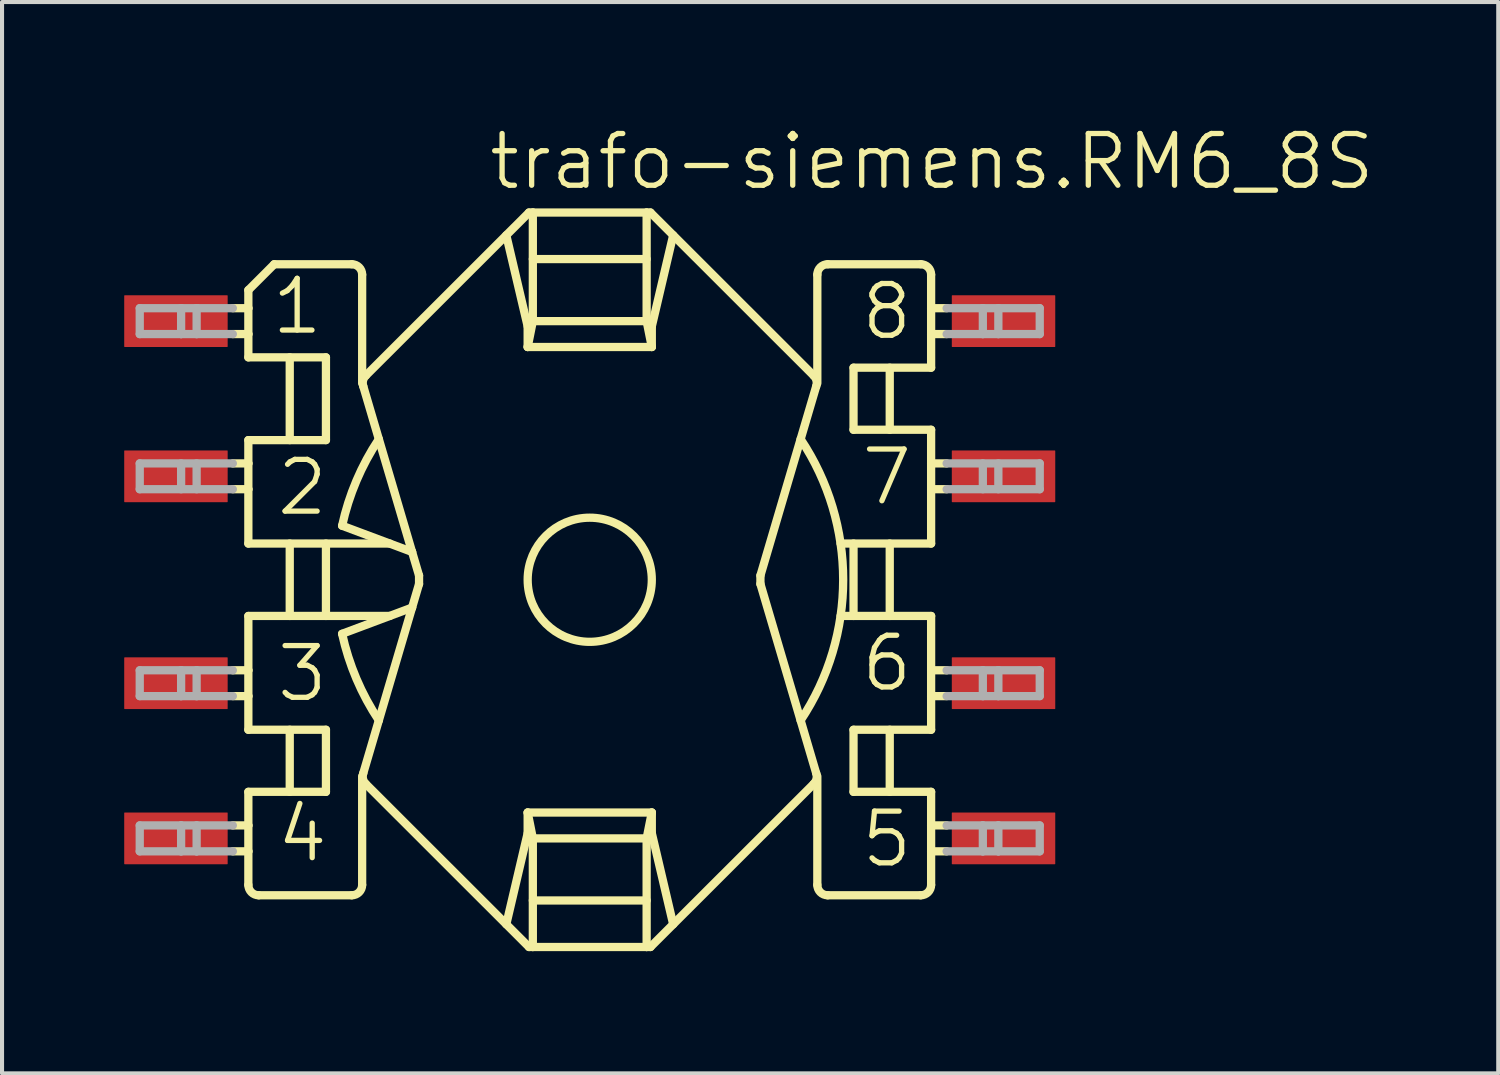
<source format=kicad_pcb>
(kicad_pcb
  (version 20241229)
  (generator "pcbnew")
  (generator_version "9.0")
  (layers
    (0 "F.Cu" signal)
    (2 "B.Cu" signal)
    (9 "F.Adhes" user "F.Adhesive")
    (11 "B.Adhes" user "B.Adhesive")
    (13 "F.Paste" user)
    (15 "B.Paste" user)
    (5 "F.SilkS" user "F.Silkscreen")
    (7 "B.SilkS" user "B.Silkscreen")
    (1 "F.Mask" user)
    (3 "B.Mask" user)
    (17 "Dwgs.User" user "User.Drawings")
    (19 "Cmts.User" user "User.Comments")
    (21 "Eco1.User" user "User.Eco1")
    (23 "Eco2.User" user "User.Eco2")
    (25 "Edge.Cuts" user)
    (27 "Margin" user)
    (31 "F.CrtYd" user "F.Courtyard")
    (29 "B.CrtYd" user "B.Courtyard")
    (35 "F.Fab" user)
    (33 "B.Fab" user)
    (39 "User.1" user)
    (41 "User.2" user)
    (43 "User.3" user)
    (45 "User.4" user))
  (footprint "trafo-siemens.RM6_8S"
    (layer "F.Cu")
    (at 11.43 11.185)
    (property "Reference" "trafo-siemens.RM6_8S" (at -2.54 -9.525 0) (layer "F.SilkS") (effects (font (size 1.27 1.27) (thickness 0.13)) (justify left bottom)))
    (attr smd)
    (fp_line (start -8.763 -6.668) (end -8.382 -6.668) (stroke (width 0.203) (type default)) (layer "F.SilkS"))
    (fp_line (start -8.763 -6.032) (end -8.382 -6.032) (stroke (width 0.203) (type default)) (layer "F.SilkS"))
    (fp_line (start -8.763 -2.223) (end -8.382 -2.223) (stroke (width 0.203) (type default)) (layer "F.SilkS"))
    (fp_line (start -8.763 2.223) (end -8.382 2.223) (stroke (width 0.203) (type default)) (layer "F.SilkS"))
    (fp_line (start -8.763 2.857) (end -8.382 2.857) (stroke (width 0.203) (type default)) (layer "F.SilkS"))
    (fp_line (start -8.763 6.032) (end -8.382 6.032) (stroke (width 0.203) (type default)) (layer "F.SilkS"))
    (fp_line (start -8.382 -7.112) (end -7.747 -7.747) (stroke (width 0.203) (type default)) (layer "F.SilkS"))
    (fp_line (start -8.382 -6.668) (end -8.382 -7.112) (stroke (width 0.203) (type default)) (layer "F.SilkS"))
    (fp_line (start -8.382 -6.032) (end -8.382 -6.668) (stroke (width 0.203) (type default)) (layer "F.SilkS"))
    (fp_line (start -8.382 -5.461) (end -8.382 -6.032) (stroke (width 0.203) (type default)) (layer "F.SilkS"))
    (fp_line (start -8.382 -5.461) (end -6.477 -5.461) (stroke (width 0.203) (type default)) (layer "F.SilkS"))
    (fp_line (start -8.382 -2.857) (end -8.763 -2.857) (stroke (width 0.203) (type default)) (layer "F.SilkS"))
    (fp_line (start -8.382 -2.857) (end -8.382 -3.429) (stroke (width 0.203) (type default)) (layer "F.SilkS"))
    (fp_line (start -8.382 -2.223) (end -8.382 -2.857) (stroke (width 0.203) (type default)) (layer "F.SilkS"))
    (fp_line (start -8.382 -0.889) (end -8.382 -2.223) (stroke (width 0.203) (type default)) (layer "F.SilkS"))
    (fp_line (start -8.382 -0.889) (end -4.911 -0.889) (stroke (width 0.203) (type default)) (layer "F.SilkS"))
    (fp_line (start -8.382 0.889) (end -4.911 0.889) (stroke (width 0.203) (type default)) (layer "F.SilkS"))
    (fp_line (start -8.382 2.223) (end -8.382 0.889) (stroke (width 0.203) (type default)) (layer "F.SilkS"))
    (fp_line (start -8.382 2.857) (end -8.382 2.223) (stroke (width 0.203) (type default)) (layer "F.SilkS"))
    (fp_line (start -8.382 3.683) (end -8.382 2.857) (stroke (width 0.203) (type default)) (layer "F.SilkS"))
    (fp_line (start -8.382 3.683) (end -6.477 3.683) (stroke (width 0.203) (type default)) (layer "F.SilkS"))
    (fp_line (start -8.382 6.032) (end -8.382 5.207) (stroke (width 0.203) (type default)) (layer "F.SilkS"))
    (fp_line (start -8.382 6.668) (end -8.763 6.668) (stroke (width 0.203) (type default)) (layer "F.SilkS"))
    (fp_line (start -8.382 6.668) (end -8.382 6.032) (stroke (width 0.203) (type default)) (layer "F.SilkS"))
    (fp_line (start -8.382 7.493) (end -8.382 6.668) (stroke (width 0.203) (type default)) (layer "F.SilkS"))
    (fp_line (start -8.128 7.747) (end -5.842 7.747) (stroke (width 0.203) (type default)) (layer "F.SilkS"))
    (fp_line (start -7.747 -7.747) (end -5.842 -7.747) (stroke (width 0.203) (type default)) (layer "F.SilkS"))
    (fp_line (start -7.366 -5.461) (end -7.366 -3.429) (stroke (width 0.203) (type default)) (layer "F.SilkS"))
    (fp_line (start -7.366 -0.889) (end -7.366 0.889) (stroke (width 0.203) (type default)) (layer "F.SilkS"))
    (fp_line (start -7.366 3.683) (end -7.366 5.207) (stroke (width 0.203) (type default)) (layer "F.SilkS"))
    (fp_line (start -6.477 -5.461) (end -6.477 -3.429) (stroke (width 0.203) (type default)) (layer "F.SilkS"))
    (fp_line (start -6.477 -3.429) (end -8.382 -3.429) (stroke (width 0.203) (type default)) (layer "F.SilkS"))
    (fp_line (start -6.477 -0.889) (end -6.477 0.889) (stroke (width 0.203) (type default)) (layer "F.SilkS"))
    (fp_line (start -6.477 3.683) (end -6.477 5.207) (stroke (width 0.203) (type default)) (layer "F.SilkS"))
    (fp_line (start -6.477 5.207) (end -8.382 5.207) (stroke (width 0.203) (type default)) (layer "F.SilkS"))
    (fp_line (start -6.08 -1.327) (end -4.362 -0.683) (stroke (width 0.203) (type default)) (layer "F.SilkS"))
    (fp_line (start -6.08 1.327) (end -4.362 0.683) (stroke (width 0.203) (type default)) (layer "F.SilkS"))
    (fp_line (start -5.588 -7.493) (end -5.588 -4.826) (stroke (width 0.203) (type default)) (layer "F.SilkS"))
    (fp_line (start -5.588 4.826) (end -5.588 7.493) (stroke (width 0.203) (type default)) (layer "F.SilkS"))
    (fp_line (start -5.561 -4.752) (end -4.362 -0.683) (stroke (width 0.203) (type default)) (layer "F.SilkS"))
    (fp_line (start -5.561 4.752) (end -4.362 0.683) (stroke (width 0.203) (type default)) (layer "F.SilkS"))
    (fp_line (start -5.499 -5.012) (end -1.491 -9.017) (stroke (width 0.203) (type default)) (layer "F.SilkS"))
    (fp_line (start -4.362 -0.683) (end -4.191 -0.104) (stroke (width 0.203) (type default)) (layer "F.SilkS"))
    (fp_line (start -4.362 0.683) (end -4.191 0.104) (stroke (width 0.203) (type default)) (layer "F.SilkS"))
    (fp_line (start -4.191 0.104) (end -4.191 -0.104) (stroke (width 0.203) (type default)) (layer "F.SilkS"))
    (fp_line (start -2.049 -8.459) (end -1.524 -6.223) (stroke (width 0.203) (type default)) (layer "F.SilkS"))
    (fp_line (start -2.049 8.459) (end -1.524 6.223) (stroke (width 0.203) (type default)) (layer "F.SilkS"))
    (fp_line (start -1.524 -5.715) (end -1.524 -6.223) (stroke (width 0.203) (type default)) (layer "F.SilkS"))
    (fp_line (start -1.524 5.715) (end -1.524 6.223) (stroke (width 0.203) (type default)) (layer "F.SilkS"))
    (fp_line (start -1.491 -9.017) (end -1.397 -9.017) (stroke (width 0.203) (type default)) (layer "F.SilkS"))
    (fp_line (start -1.491 9.017) (end -5.499 5.012) (stroke (width 0.203) (type default)) (layer "F.SilkS"))
    (fp_line (start -1.491 9.017) (end -1.397 9.017) (stroke (width 0.203) (type default)) (layer "F.SilkS"))
    (fp_line (start -1.397 -9.017) (end 1.397 -9.017) (stroke (width 0.203) (type default)) (layer "F.SilkS"))
    (fp_line (start -1.397 -6.35) (end -1.524 -5.715) (stroke (width 0.203) (type default)) (layer "F.SilkS"))
    (fp_line (start -1.397 -6.35) (end -1.397 -9.017) (stroke (width 0.203) (type default)) (layer "F.SilkS"))
    (fp_line (start -1.397 -6.35) (end 1.397 -6.35) (stroke (width 0.203) (type default)) (layer "F.SilkS"))
    (fp_line (start -1.397 6.35) (end -1.524 5.715) (stroke (width 0.203) (type default)) (layer "F.SilkS"))
    (fp_line (start -1.397 6.35) (end -1.397 9.017) (stroke (width 0.203) (type default)) (layer "F.SilkS"))
    (fp_line (start -1.397 6.35) (end 1.397 6.35) (stroke (width 0.203) (type default)) (layer "F.SilkS"))
    (fp_line (start -1.397 9.017) (end 1.397 9.017) (stroke (width 0.203) (type default)) (layer "F.SilkS"))
    (fp_line (start 1.397 -9.017) (end 1.491 -9.017) (stroke (width 0.203) (type default)) (layer "F.SilkS"))
    (fp_line (start 1.397 -7.874) (end -1.397 -7.874) (stroke (width 0.203) (type default)) (layer "F.SilkS"))
    (fp_line (start 1.397 -6.35) (end 1.397 -9.017) (stroke (width 0.203) (type default)) (layer "F.SilkS"))
    (fp_line (start 1.397 -6.35) (end 1.524 -5.715) (stroke (width 0.203) (type default)) (layer "F.SilkS"))
    (fp_line (start 1.397 6.35) (end 1.397 9.017) (stroke (width 0.203) (type default)) (layer "F.SilkS"))
    (fp_line (start 1.397 6.35) (end 1.524 5.715) (stroke (width 0.203) (type default)) (layer "F.SilkS"))
    (fp_line (start 1.397 7.874) (end -1.397 7.874) (stroke (width 0.203) (type default)) (layer "F.SilkS"))
    (fp_line (start 1.397 9.017) (end 1.491 9.017) (stroke (width 0.203) (type default)) (layer "F.SilkS"))
    (fp_line (start 1.491 9.017) (end 5.499 5.012) (stroke (width 0.203) (type default)) (layer "F.SilkS"))
    (fp_line (start 1.524 -5.715) (end -1.524 -5.715) (stroke (width 0.203) (type default)) (layer "F.SilkS"))
    (fp_line (start 1.524 -5.715) (end 1.524 -6.223) (stroke (width 0.203) (type default)) (layer "F.SilkS"))
    (fp_line (start 1.524 5.715) (end -1.524 5.715) (stroke (width 0.203) (type default)) (layer "F.SilkS"))
    (fp_line (start 1.524 5.715) (end 1.524 6.223) (stroke (width 0.203) (type default)) (layer "F.SilkS"))
    (fp_line (start 2.049 -8.459) (end 1.524 -6.223) (stroke (width 0.203) (type default)) (layer "F.SilkS"))
    (fp_line (start 2.049 8.459) (end 1.524 6.223) (stroke (width 0.203) (type default)) (layer "F.SilkS"))
    (fp_line (start 4.191 -0.104) (end 5.561 -4.752) (stroke (width 0.203) (type default)) (layer "F.SilkS"))
    (fp_line (start 4.191 0.104) (end 4.191 -0.104) (stroke (width 0.203) (type default)) (layer "F.SilkS"))
    (fp_line (start 5.499 -5.012) (end 1.491 -9.017) (stroke (width 0.203) (type default)) (layer "F.SilkS"))
    (fp_line (start 5.561 4.752) (end 4.191 0.104) (stroke (width 0.203) (type default)) (layer "F.SilkS"))
    (fp_line (start 5.588 -7.493) (end 5.588 -4.826) (stroke (width 0.203) (type default)) (layer "F.SilkS"))
    (fp_line (start 5.588 4.826) (end 5.588 7.493) (stroke (width 0.203) (type default)) (layer "F.SilkS"))
    (fp_line (start 5.842 -7.747) (end 8.128 -7.747) (stroke (width 0.203) (type default)) (layer "F.SilkS"))
    (fp_line (start 5.842 7.747) (end 8.128 7.747) (stroke (width 0.203) (type default)) (layer "F.SilkS"))
    (fp_line (start 6.159 -0.889) (end 8.382 -0.889) (stroke (width 0.203) (type default)) (layer "F.SilkS"))
    (fp_line (start 6.159 0.889) (end 8.382 0.889) (stroke (width 0.203) (type default)) (layer "F.SilkS"))
    (fp_line (start 6.477 -5.207) (end 6.477 -3.683) (stroke (width 0.203) (type default)) (layer "F.SilkS"))
    (fp_line (start 6.477 -3.683) (end 8.382 -3.683) (stroke (width 0.203) (type default)) (layer "F.SilkS"))
    (fp_line (start 6.477 -0.889) (end 6.477 0.889) (stroke (width 0.203) (type default)) (layer "F.SilkS"))
    (fp_line (start 6.477 3.683) (end 6.477 5.207) (stroke (width 0.203) (type default)) (layer "F.SilkS"))
    (fp_line (start 6.477 5.207) (end 8.382 5.207) (stroke (width 0.203) (type default)) (layer "F.SilkS"))
    (fp_line (start 7.366 -5.207) (end 7.366 -3.683) (stroke (width 0.203) (type default)) (layer "F.SilkS"))
    (fp_line (start 7.366 -0.889) (end 7.366 0.889) (stroke (width 0.203) (type default)) (layer "F.SilkS"))
    (fp_line (start 7.366 3.683) (end 7.366 5.207) (stroke (width 0.203) (type default)) (layer "F.SilkS"))
    (fp_line (start 8.382 -7.493) (end 8.382 -6.668) (stroke (width 0.203) (type default)) (layer "F.SilkS"))
    (fp_line (start 8.382 -6.668) (end 8.382 -6.032) (stroke (width 0.203) (type default)) (layer "F.SilkS"))
    (fp_line (start 8.382 -6.668) (end 8.763 -6.668) (stroke (width 0.203) (type default)) (layer "F.SilkS"))
    (fp_line (start 8.382 -6.032) (end 8.382 -5.207) (stroke (width 0.203) (type default)) (layer "F.SilkS"))
    (fp_line (start 8.382 -5.207) (end 6.477 -5.207) (stroke (width 0.203) (type default)) (layer "F.SilkS"))
    (fp_line (start 8.382 -3.683) (end 8.382 -2.857) (stroke (width 0.203) (type default)) (layer "F.SilkS"))
    (fp_line (start 8.382 -2.857) (end 8.382 -2.223) (stroke (width 0.203) (type default)) (layer "F.SilkS"))
    (fp_line (start 8.382 -2.857) (end 8.763 -2.857) (stroke (width 0.203) (type default)) (layer "F.SilkS"))
    (fp_line (start 8.382 -2.223) (end 8.382 -0.889) (stroke (width 0.203) (type default)) (layer "F.SilkS"))
    (fp_line (start 8.382 0.889) (end 8.382 2.223) (stroke (width 0.203) (type default)) (layer "F.SilkS"))
    (fp_line (start 8.382 2.223) (end 8.382 2.857) (stroke (width 0.203) (type default)) (layer "F.SilkS"))
    (fp_line (start 8.382 2.857) (end 8.382 3.683) (stroke (width 0.203) (type default)) (layer "F.SilkS"))
    (fp_line (start 8.382 2.857) (end 8.763 2.857) (stroke (width 0.203) (type default)) (layer "F.SilkS"))
    (fp_line (start 8.382 3.683) (end 6.477 3.683) (stroke (width 0.203) (type default)) (layer "F.SilkS"))
    (fp_line (start 8.382 5.207) (end 8.382 6.032) (stroke (width 0.203) (type default)) (layer "F.SilkS"))
    (fp_line (start 8.382 6.032) (end 8.382 6.668) (stroke (width 0.203) (type default)) (layer "F.SilkS"))
    (fp_line (start 8.382 6.668) (end 8.382 7.493) (stroke (width 0.203) (type default)) (layer "F.SilkS"))
    (fp_line (start 8.382 6.668) (end 8.763 6.668) (stroke (width 0.203) (type default)) (layer "F.SilkS"))
    (fp_line (start 8.763 -6.032) (end 8.382 -6.032) (stroke (width 0.203) (type default)) (layer "F.SilkS"))
    (fp_line (start 8.763 -2.223) (end 8.382 -2.223) (stroke (width 0.203) (type default)) (layer "F.SilkS"))
    (fp_line (start 8.763 2.223) (end 8.382 2.223) (stroke (width 0.203) (type default)) (layer "F.SilkS"))
    (fp_line (start 8.763 6.032) (end 8.382 6.032) (stroke (width 0.203) (type default)) (layer "F.SilkS"))
    (fp_arc (start -8.128 7.747) (mid -8.307605 7.672605) (end -8.382 7.493) (stroke (width 0.2032) (type default)) (layer "F.SilkS"))
    (fp_arc (start -6.0798 -1.3274) (mid -5.728165 -2.431885) (end -5.1778 -3.452) (stroke (width 0.2032) (type default)) (layer "F.SilkS"))
    (fp_arc (start -5.842 -7.747) (mid -5.662395 -7.672605) (end -5.588 -7.493) (stroke (width 0.2032) (type default)) (layer "F.SilkS"))
    (fp_arc (start -5.588 7.493) (mid -5.662395 7.672605) (end -5.842 7.747) (stroke (width 0.2032) (type default)) (layer "F.SilkS"))
    (fp_arc (start -5.561 -4.7524) (mid -5.566922 -4.890846) (end -5.4993 -5.0118) (stroke (width 0.2032) (type default)) (layer "F.SilkS"))
    (fp_arc (start -5.4993 5.0118) (mid -5.566922 4.890846) (end -5.561 4.7524) (stroke (width 0.2032) (type default)) (layer "F.SilkS"))
    (fp_arc (start -5.1778 3.452) (mid -5.728165 2.431885) (end -6.0798 1.3274) (stroke (width 0.2032) (type default)) (layer "F.SilkS"))
    (fp_arc (start 5.1778 -3.452) (mid 6.223015 0) (end 5.1778 3.452) (stroke (width 0.2032) (type default)) (layer "F.SilkS"))
    (fp_arc (start 5.4994 -5.0119) (mid 5.567076 -4.890908) (end 5.5612 -4.7524) (stroke (width 0.2032) (type default)) (layer "F.SilkS"))
    (fp_arc (start 5.5611 4.7524) (mid 5.567033 4.890896) (end 5.4994 5.0119) (stroke (width 0.2032) (type default)) (layer "F.SilkS"))
    (fp_arc (start 5.588 -7.493) (mid 5.662395 -7.672605) (end 5.842 -7.747) (stroke (width 0.2032) (type default)) (layer "F.SilkS"))
    (fp_arc (start 5.842 7.747) (mid 5.662395 7.672605) (end 5.588 7.493) (stroke (width 0.2032) (type default)) (layer "F.SilkS"))
    (fp_arc (start 8.128 -7.747) (mid 8.307605 -7.672605) (end 8.382 -7.493) (stroke (width 0.2032) (type default)) (layer "F.SilkS"))
    (fp_arc (start 8.382 7.493) (mid 8.307605 7.672605) (end 8.128 7.747) (stroke (width 0.2032) (type default)) (layer "F.SilkS"))
    (fp_circle (center 0 0) (end 1.524 0) (stroke (width 0.203) (type default)) (fill no) (layer "F.SilkS"))
    (fp_line (start -11.049 -6.668) (end -11.049 -6.032) (stroke (width 0.203) (type default)) (layer "F.Fab"))
    (fp_line (start -11.049 -6.668) (end -10.033 -6.668) (stroke (width 0.203) (type default)) (layer "F.Fab"))
    (fp_line (start -11.049 -6.032) (end -10.033 -6.032) (stroke (width 0.203) (type default)) (layer "F.Fab"))
    (fp_line (start -11.049 -2.857) (end -11.049 -2.223) (stroke (width 0.203) (type default)) (layer "F.Fab"))
    (fp_line (start -11.049 -2.223) (end -8.763 -2.223) (stroke (width 0.203) (type default)) (layer "F.Fab"))
    (fp_line (start -11.049 2.223) (end -10.033 2.223) (stroke (width 0.203) (type default)) (layer "F.Fab"))
    (fp_line (start -11.049 2.857) (end -11.049 2.223) (stroke (width 0.203) (type default)) (layer "F.Fab"))
    (fp_line (start -11.049 2.857) (end -10.033 2.857) (stroke (width 0.203) (type default)) (layer "F.Fab"))
    (fp_line (start -11.049 6.032) (end -10.033 6.032) (stroke (width 0.203) (type default)) (layer "F.Fab"))
    (fp_line (start -11.049 6.668) (end -11.049 6.032) (stroke (width 0.203) (type default)) (layer "F.Fab"))
    (fp_line (start -10.033 -6.668) (end -9.652 -6.668) (stroke (width 0.203) (type default)) (layer "F.Fab"))
    (fp_line (start -10.033 -6.032) (end -10.033 -6.668) (stroke (width 0.203) (type default)) (layer "F.Fab"))
    (fp_line (start -10.033 -6.032) (end -9.652 -6.032) (stroke (width 0.203) (type default)) (layer "F.Fab"))
    (fp_line (start -10.033 -2.223) (end -10.033 -2.857) (stroke (width 0.203) (type default)) (layer "F.Fab"))
    (fp_line (start -10.033 2.223) (end -10.033 2.857) (stroke (width 0.203) (type default)) (layer "F.Fab"))
    (fp_line (start -10.033 2.223) (end -9.652 2.223) (stroke (width 0.203) (type default)) (layer "F.Fab"))
    (fp_line (start -10.033 2.857) (end -9.652 2.857) (stroke (width 0.203) (type default)) (layer "F.Fab"))
    (fp_line (start -10.033 6.032) (end -9.652 6.032) (stroke (width 0.203) (type default)) (layer "F.Fab"))
    (fp_line (start -10.033 6.668) (end -11.049 6.668) (stroke (width 0.203) (type default)) (layer "F.Fab"))
    (fp_line (start -10.033 6.668) (end -10.033 6.032) (stroke (width 0.203) (type default)) (layer "F.Fab"))
    (fp_line (start -9.652 -6.668) (end -8.763 -6.668) (stroke (width 0.203) (type default)) (layer "F.Fab"))
    (fp_line (start -9.652 -6.032) (end -9.652 -6.668) (stroke (width 0.203) (type default)) (layer "F.Fab"))
    (fp_line (start -9.652 -6.032) (end -8.763 -6.032) (stroke (width 0.203) (type default)) (layer "F.Fab"))
    (fp_line (start -9.652 -2.223) (end -9.652 -2.857) (stroke (width 0.203) (type default)) (layer "F.Fab"))
    (fp_line (start -9.652 2.223) (end -8.763 2.223) (stroke (width 0.203) (type default)) (layer "F.Fab"))
    (fp_line (start -9.652 2.857) (end -9.652 2.223) (stroke (width 0.203) (type default)) (layer "F.Fab"))
    (fp_line (start -9.652 2.857) (end -8.763 2.857) (stroke (width 0.203) (type default)) (layer "F.Fab"))
    (fp_line (start -9.652 6.032) (end -8.763 6.032) (stroke (width 0.203) (type default)) (layer "F.Fab"))
    (fp_line (start -9.652 6.668) (end -10.033 6.668) (stroke (width 0.203) (type default)) (layer "F.Fab"))
    (fp_line (start -9.652 6.668) (end -9.652 6.032) (stroke (width 0.203) (type default)) (layer "F.Fab"))
    (fp_line (start -8.763 -2.857) (end -11.049 -2.857) (stroke (width 0.203) (type default)) (layer "F.Fab"))
    (fp_line (start -8.763 6.668) (end -9.652 6.668) (stroke (width 0.203) (type default)) (layer "F.Fab"))
    (fp_line (start 8.763 -6.668) (end 9.652 -6.668) (stroke (width 0.203) (type default)) (layer "F.Fab"))
    (fp_line (start 8.763 -2.857) (end 11.049 -2.857) (stroke (width 0.203) (type default)) (layer "F.Fab"))
    (fp_line (start 8.763 2.857) (end 9.652 2.857) (stroke (width 0.203) (type default)) (layer "F.Fab"))
    (fp_line (start 8.763 6.668) (end 9.652 6.668) (stroke (width 0.203) (type default)) (layer "F.Fab"))
    (fp_line (start 9.652 -6.668) (end 10.033 -6.668) (stroke (width 0.203) (type default)) (layer "F.Fab"))
    (fp_line (start 9.652 -6.032) (end 8.763 -6.032) (stroke (width 0.203) (type default)) (layer "F.Fab"))
    (fp_line (start 9.652 -6.032) (end 9.652 -6.668) (stroke (width 0.203) (type default)) (layer "F.Fab"))
    (fp_line (start 9.652 -2.223) (end 9.652 -2.857) (stroke (width 0.203) (type default)) (layer "F.Fab"))
    (fp_line (start 9.652 2.223) (end 8.763 2.223) (stroke (width 0.203) (type default)) (layer "F.Fab"))
    (fp_line (start 9.652 2.857) (end 9.652 2.223) (stroke (width 0.203) (type default)) (layer "F.Fab"))
    (fp_line (start 9.652 2.857) (end 10.033 2.857) (stroke (width 0.203) (type default)) (layer "F.Fab"))
    (fp_line (start 9.652 6.032) (end 8.763 6.032) (stroke (width 0.203) (type default)) (layer "F.Fab"))
    (fp_line (start 9.652 6.668) (end 9.652 6.032) (stroke (width 0.203) (type default)) (layer "F.Fab"))
    (fp_line (start 9.652 6.668) (end 10.033 6.668) (stroke (width 0.203) (type default)) (layer "F.Fab"))
    (fp_line (start 10.033 -6.668) (end 11.049 -6.668) (stroke (width 0.203) (type default)) (layer "F.Fab"))
    (fp_line (start 10.033 -6.032) (end 9.652 -6.032) (stroke (width 0.203) (type default)) (layer "F.Fab"))
    (fp_line (start 10.033 -6.032) (end 10.033 -6.668) (stroke (width 0.203) (type default)) (layer "F.Fab"))
    (fp_line (start 10.033 -2.223) (end 10.033 -2.857) (stroke (width 0.203) (type default)) (layer "F.Fab"))
    (fp_line (start 10.033 2.223) (end 9.652 2.223) (stroke (width 0.203) (type default)) (layer "F.Fab"))
    (fp_line (start 10.033 2.223) (end 10.033 2.857) (stroke (width 0.203) (type default)) (layer "F.Fab"))
    (fp_line (start 10.033 2.857) (end 11.049 2.857) (stroke (width 0.203) (type default)) (layer "F.Fab"))
    (fp_line (start 10.033 6.032) (end 9.652 6.032) (stroke (width 0.203) (type default)) (layer "F.Fab"))
    (fp_line (start 10.033 6.668) (end 10.033 6.032) (stroke (width 0.203) (type default)) (layer "F.Fab"))
    (fp_line (start 10.033 6.668) (end 11.049 6.668) (stroke (width 0.203) (type default)) (layer "F.Fab"))
    (fp_line (start 11.049 -6.668) (end 11.049 -6.032) (stroke (width 0.203) (type default)) (layer "F.Fab"))
    (fp_line (start 11.049 -6.032) (end 10.033 -6.032) (stroke (width 0.203) (type default)) (layer "F.Fab"))
    (fp_line (start 11.049 -2.857) (end 11.049 -2.223) (stroke (width 0.203) (type default)) (layer "F.Fab"))
    (fp_line (start 11.049 -2.223) (end 8.763 -2.223) (stroke (width 0.203) (type default)) (layer "F.Fab"))
    (fp_line (start 11.049 2.223) (end 10.033 2.223) (stroke (width 0.203) (type default)) (layer "F.Fab"))
    (fp_line (start 11.049 2.857) (end 11.049 2.223) (stroke (width 0.203) (type default)) (layer "F.Fab"))
    (fp_line (start 11.049 6.032) (end 10.033 6.032) (stroke (width 0.203) (type default)) (layer "F.Fab"))
    (fp_line (start 11.049 6.668) (end 11.049 6.032) (stroke (width 0.203) (type default)) (layer "F.Fab"))
    (fp_text user "2" (at -7.747 -1.524 0) (layer "F.SilkS") (effects (font (size 1.27 1.27) (thickness 0.13)) (justify left bottom)))
    (fp_text user "7" (at 6.604 -1.778 0) (layer "F.SilkS") (effects (font (size 1.27 1.27) (thickness 0.13)) (justify left bottom)))
    (fp_text user "8" (at 6.604 -5.842 0) (layer "F.SilkS") (effects (font (size 1.27 1.27) (thickness 0.13)) (justify left bottom)))
    (fp_text user "3" (at -7.747 3.048 0) (layer "F.SilkS") (effects (font (size 1.27 1.27) (thickness 0.13)) (justify left bottom)))
    (fp_text user "4" (at -7.747 6.985 0) (layer "F.SilkS") (effects (font (size 1.27 1.27) (thickness 0.13)) (justify left bottom)))
    (fp_text user "5" (at 6.604 7.112 0) (layer "F.SilkS") (effects (font (size 1.27 1.27) (thickness 0.13)) (justify left bottom)))
    (fp_text user "6" (at 6.604 2.794 0) (layer "F.SilkS") (effects (font (size 1.27 1.27) (thickness 0.13)) (justify left bottom)))
    (fp_text user "1" (at -7.874 -5.969 0) (layer "F.SilkS") (effects (font (size 1.27 1.27) (thickness 0.13)) (justify left bottom)))
    (pad "1" smd roundrect (at -10.16 -6.35) (size 2.54 1.27) (layers "F.Cu" "F.Mask" "F.Paste") (roundrect_rratio 0.01))
    (pad "2" smd roundrect (at -10.16 -2.54) (size 2.54 1.27) (layers "F.Cu" "F.Mask" "F.Paste") (roundrect_rratio 0.01))
    (pad "3" smd roundrect (at -10.16 2.54) (size 2.54 1.27) (layers "F.Cu" "F.Mask" "F.Paste") (roundrect_rratio 0.01))
    (pad "4" smd roundrect (at -10.16 6.35) (size 2.54 1.27) (layers "F.Cu" "F.Mask" "F.Paste") (roundrect_rratio 0.01))
    (pad "5" smd roundrect (at 10.16 6.35) (size 2.54 1.27) (layers "F.Cu" "F.Mask" "F.Paste") (roundrect_rratio 0.01))
    (pad "6" smd roundrect (at 10.16 2.54) (size 2.54 1.27) (layers "F.Cu" "F.Mask" "F.Paste") (roundrect_rratio 0.01))
    (pad "7" smd roundrect (at 10.16 -2.54) (size 2.54 1.27) (layers "F.Cu" "F.Mask" "F.Paste") (roundrect_rratio 0.01))
    (pad "8" smd roundrect (at 10.16 -6.35) (size 2.54 1.27) (layers "F.Cu" "F.Mask" "F.Paste") (roundrect_rratio 0.01)))
  (gr_rect
    (start -3 -3)
    (end 33.737 23.304)
    (stroke (width 0.1) (type default))
    (fill no)
    (layer "Edge.Cuts")))
</source>
